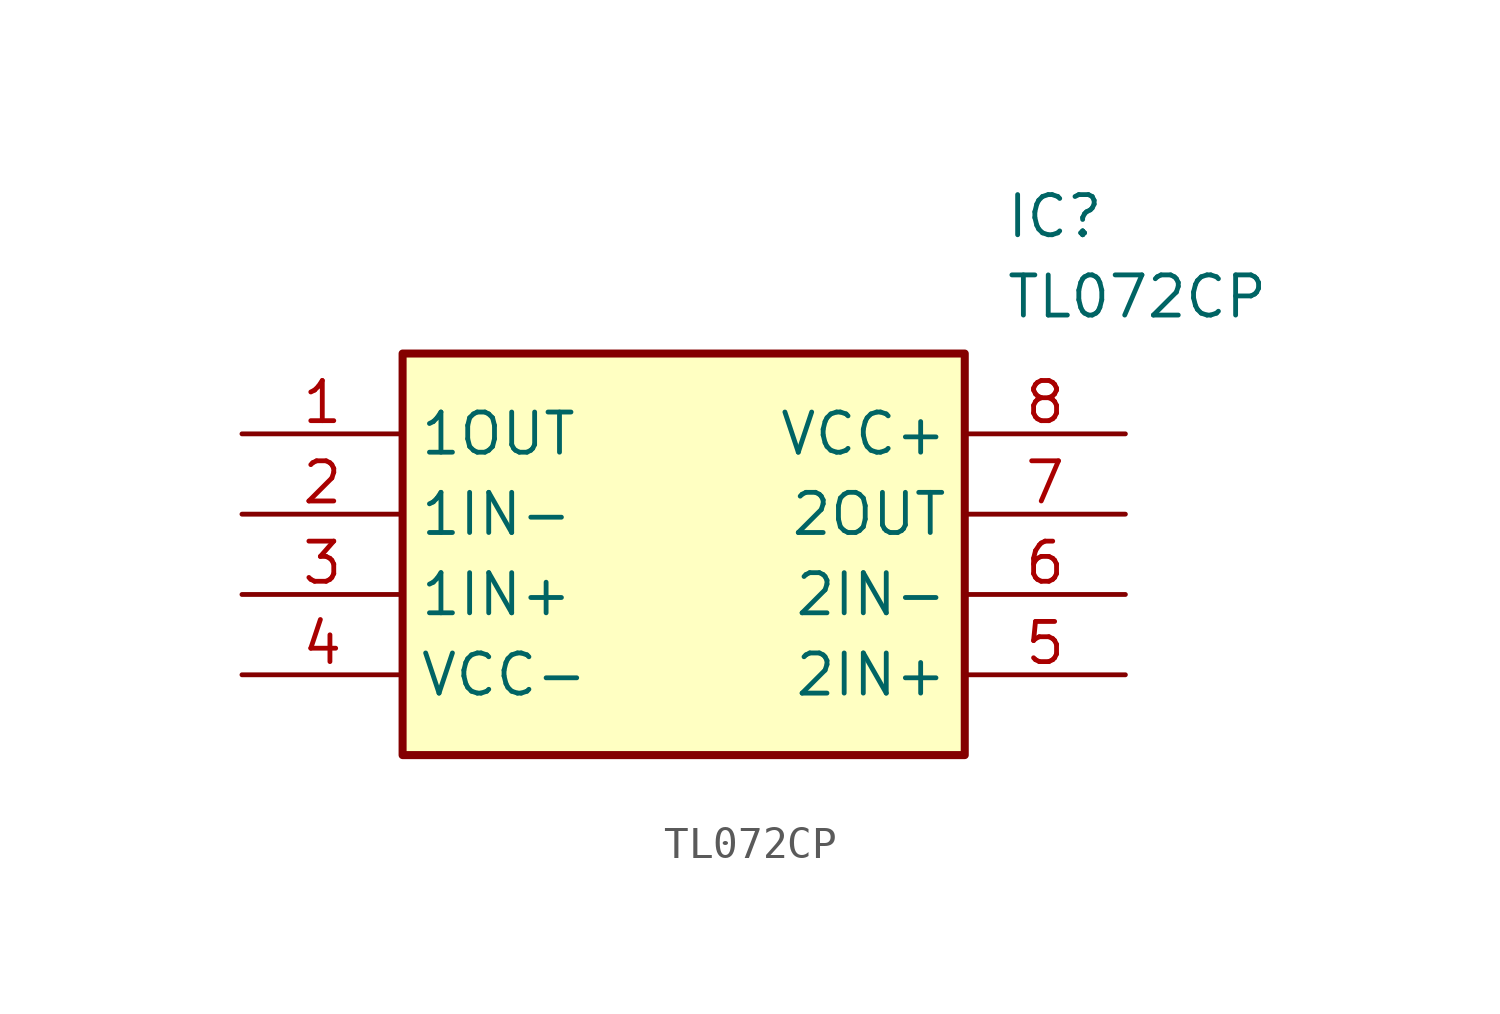
<source format=kicad_sym>
(kicad_symbol_lib
  (version 20220914)
  (generator SamacSys_ECAD_Model)
  (symbol "TL072CP"
    (property "Reference" "IC"
      (at 24.13 7.62 0)
      (effects (font (size 1.27 1.27)) (justify left top)))
    (property "Value" "TL072CP"
      (at 24.13 5.08 0)
      (effects (font (size 1.27 1.27)) (justify left top)))
    (rectangle
      (start 5.08 2.54)
      (end 22.86 -10.16)
      (stroke (width 0.254) (type default))
      (fill (type background)))
    (pin passive line
      (at 0 0 0)
      (length 5.08)
      (name "1OUT" (effects (font (size 1.27 1.27))))
      (number "1" (effects (font (size 1.27 1.27)))))
    (pin passive line
      (at 0 -2.54 0)
      (length 5.08)
      (name "1IN-" (effects (font (size 1.27 1.27))))
      (number "2" (effects (font (size 1.27 1.27)))))
    (pin passive line
      (at 0 -5.08 0)
      (length 5.08)
      (name "1IN+" (effects (font (size 1.27 1.27))))
      (number "3" (effects (font (size 1.27 1.27)))))
    (pin passive line
      (at 0 -7.62 0)
      (length 5.08)
      (name "VCC-" (effects (font (size 1.27 1.27))))
      (number "4" (effects (font (size 1.27 1.27)))))
    (pin passive line
      (at 27.94 0 180)
      (length 5.08)
      (name "VCC+" (effects (font (size 1.27 1.27))))
      (number "8" (effects (font (size 1.27 1.27)))))
    (pin passive line
      (at 27.94 -2.54 180)
      (length 5.08)
      (name "2OUT" (effects (font (size 1.27 1.27))))
      (number "7" (effects (font (size 1.27 1.27)))))
    (pin passive line
      (at 27.94 -5.08 180)
      (length 5.08)
      (name "2IN-" (effects (font (size 1.27 1.27))))
      (number "6" (effects (font (size 1.27 1.27)))))
    (pin passive line
      (at 27.94 -7.62 180)
      (length 5.08)
      (name "2IN+" (effects (font (size 1.27 1.27))))
      (number "5" (effects (font (size 1.27 1.27)))))))
</source>
